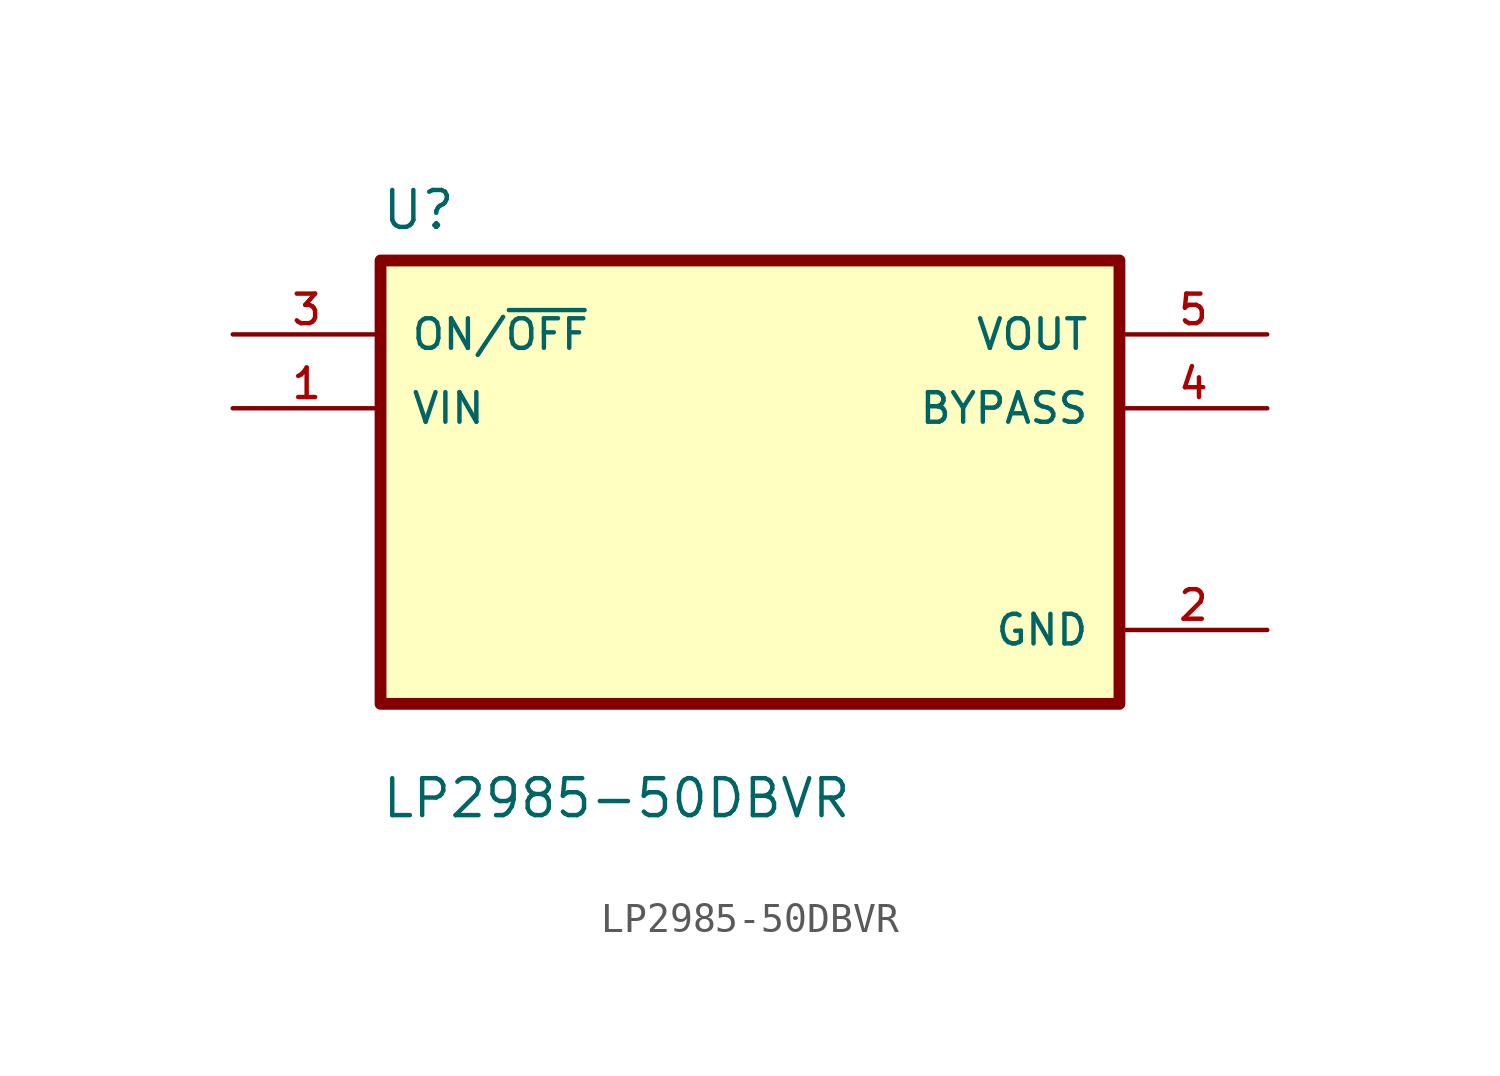
<source format=kicad_sym>
(kicad_symbol_lib
  (version 20211014)
  (generator kicad_symbol_editor)
  (symbol "LP2985-50DBVR"
    (pin_names
      (offset 1.016))
    (property "Reference" "U"
      (at -12.7 8.611 0)
      (effects (font (size 1.27 1.27)) (justify left bottom)))
    (property "Value" "LP2985-50DBVR"
      (at -12.7 -11.608 0)
      (effects (font (size 1.27 1.27)) (justify left bottom)))
    (symbol "LP2985-50DBVR_0_0"
      (rectangle (start -12.7 -7.62) (end 12.7 7.62) (stroke (width 0.406) (type default) (color 0 0 0 0)) (fill (type background)))
      (pin input line (at -17.78 2.54 0) (length 5.08) (name "VIN" (effects (font (size 1.016 1.016)))) (number "1" (effects (font (size 1.016 1.016)))))
      (pin power_in line (at 17.78 -5.08 180) (length 5.08) (name "GND" (effects (font (size 1.016 1.016)))) (number "2" (effects (font (size 1.016 1.016)))))
      (pin input line (at -17.78 5.08 0) (length 5.08) (name "ON/~{OFF}" (effects (font (size 1.016 1.016)))) (number "3" (effects (font (size 1.016 1.016)))))
      (pin output line (at 17.78 2.54 180) (length 5.08) (name "BYPASS" (effects (font (size 1.016 1.016)))) (number "4" (effects (font (size 1.016 1.016)))))
      (pin output line (at 17.78 5.08 180) (length 5.08) (name "VOUT" (effects (font (size 1.016 1.016)))) (number "5" (effects (font (size 1.016 1.016))))))))
</source>
